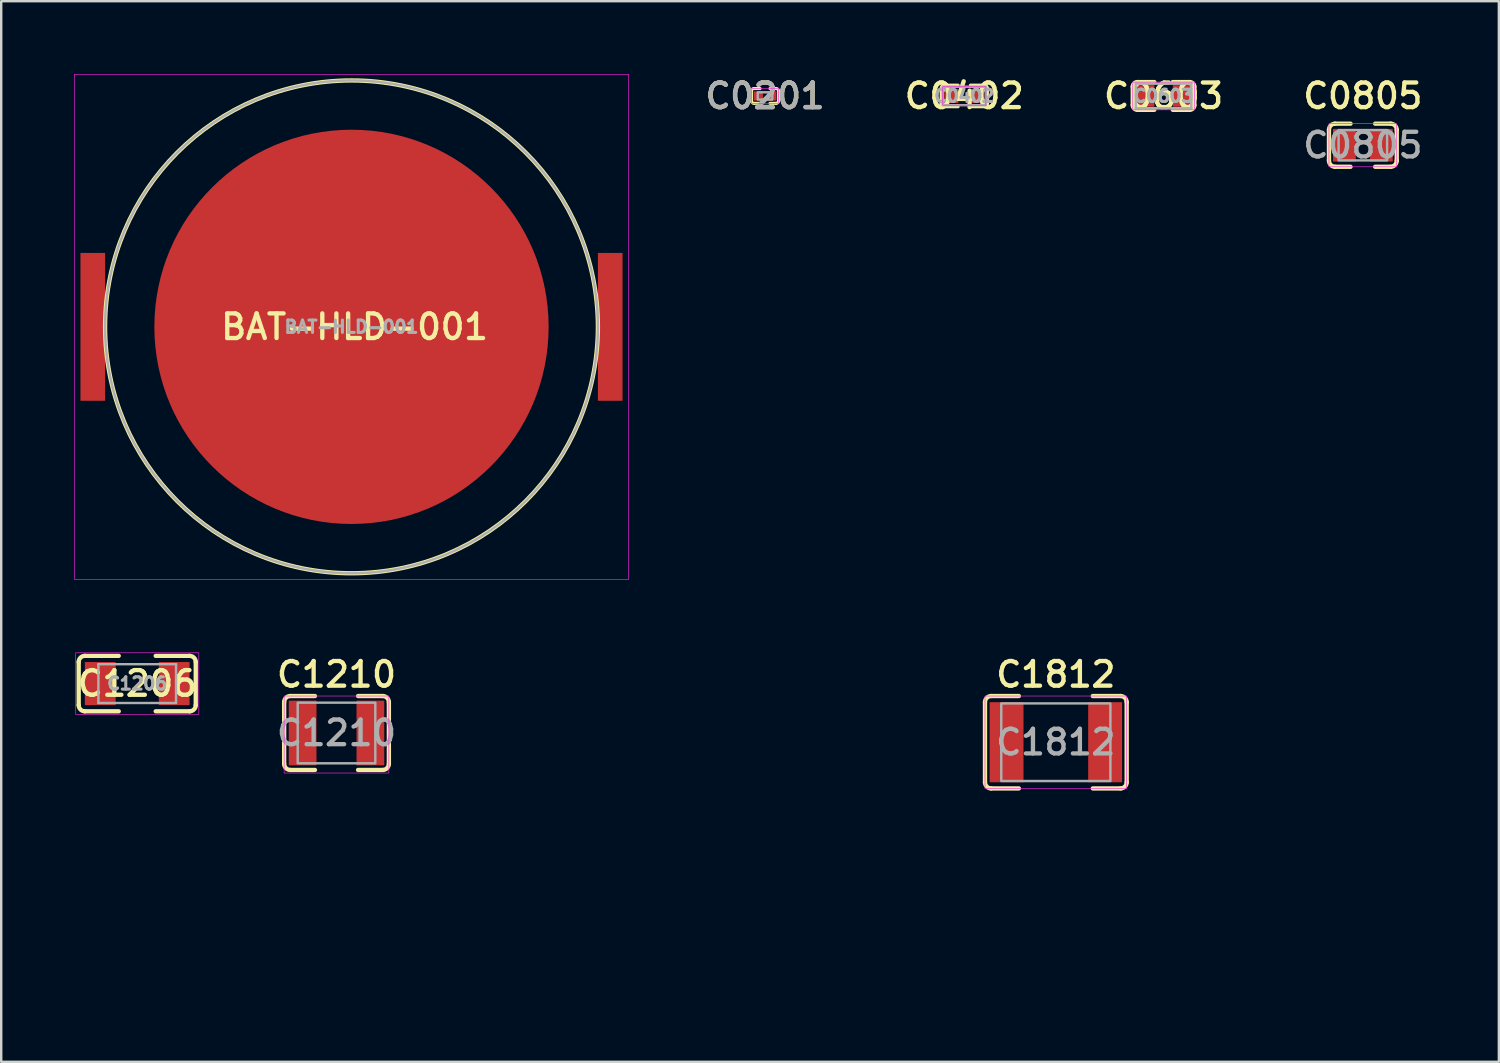
<source format=kicad_pcb>
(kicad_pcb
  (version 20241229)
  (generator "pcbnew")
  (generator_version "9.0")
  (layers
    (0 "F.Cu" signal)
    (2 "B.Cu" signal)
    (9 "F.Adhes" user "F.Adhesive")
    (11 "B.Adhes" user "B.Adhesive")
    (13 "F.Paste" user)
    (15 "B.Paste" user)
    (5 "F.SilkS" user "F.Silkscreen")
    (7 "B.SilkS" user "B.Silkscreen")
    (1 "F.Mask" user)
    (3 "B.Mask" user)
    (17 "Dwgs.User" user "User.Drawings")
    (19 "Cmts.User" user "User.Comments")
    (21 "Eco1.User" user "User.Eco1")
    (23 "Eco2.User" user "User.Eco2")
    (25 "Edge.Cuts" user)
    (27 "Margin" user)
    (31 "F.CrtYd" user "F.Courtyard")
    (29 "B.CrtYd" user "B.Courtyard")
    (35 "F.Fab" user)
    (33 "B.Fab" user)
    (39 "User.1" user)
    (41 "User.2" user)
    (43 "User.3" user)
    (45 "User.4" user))
  (footprint "C0201"
    (layer "F.Cu")
    (at 28.494 0.906)
    (property "Reference" "C0201" (at 0 0 0) (layer "F.SilkS") (effects (font (size 1.016 1.016) (thickness 0.178))))
    (attr smd)
    (fp_line (start -0.559 -0.203) (end -0.559 0.203) (stroke (width 0.127) (type solid)) (layer "F.SilkS"))
    (fp_line (start -0.457 0.305) (end -0.203 0.305) (stroke (width 0.127) (type solid)) (layer "F.SilkS"))
    (fp_line (start -0.203 -0.305) (end -0.457 -0.305) (stroke (width 0.127) (type solid)) (layer "F.SilkS"))
    (fp_line (start 0.457 -0.305) (end 0.203 -0.305) (stroke (width 0.127) (type solid)) (layer "F.SilkS"))
    (fp_line (start 0.457 0.305) (end 0.203 0.305) (stroke (width 0.127) (type solid)) (layer "F.SilkS"))
    (fp_line (start 0.559 -0.203) (end 0.559 0.203) (stroke (width 0.127) (type solid)) (layer "F.SilkS"))
    (fp_arc (start -0.5588 -0.2032) (mid -0.529042 -0.275042) (end -0.4572 -0.3048) (stroke (width 0.127) (type solid)) (layer "F.SilkS"))
    (fp_arc (start -0.4572 0.3048) (mid -0.529042 0.275042) (end -0.5588 0.2032) (stroke (width 0.127) (type solid)) (layer "F.SilkS"))
    (fp_arc (start 0.4572 -0.3048) (mid 0.529042 -0.275042) (end 0.5588 -0.2032) (stroke (width 0.127) (type solid)) (layer "F.SilkS"))
    (fp_arc (start 0.5588 0.2032) (mid 0.529042 0.275042) (end 0.4572 0.3048) (stroke (width 0.127) (type solid)) (layer "F.SilkS"))
    (fp_rect (start -0.559 -0.305) (end 0.559 0.305) (stroke (width 0.025) (type solid)) (fill no) (layer "F.CrtYd"))
    (fp_rect (start -0.3 -0.15) (end 0.3 0.15) (stroke (width 0.1) (type solid)) (fill no) (layer "F.Fab"))
    (fp_text user "${REFERENCE}" (at 0 0 0) (layer "F.Fab") (effects (font (size 1.016 1.016) (thickness 0.178))))
    (pad "1" smd rect (at -0.279 0) (size 0.381 0.381) (layers "F.Cu" "F.Mask" "F.Paste"))
    (pad "2" smd rect (at 0.279 0) (size 0.381 0.381) (layers "F.Cu" "F.Mask" "F.Paste")))
  (footprint "C1812"
    (layer "F.Cu")
    (at 40.485 27.554)
    (property "Reference" "C1812" (at 0 -2.794 0) (unlocked yes) (layer "F.SilkS") (effects (font (size 1.016 1.016) (thickness 0.178))))
    (attr smd)
    (fp_line (start -2.921 1.651) (end -2.921 -1.651) (stroke (width 0.178) (type solid)) (layer "F.SilkS"))
    (fp_line (start -2.667 -1.905) (end -1.524 -1.905) (stroke (width 0.178) (type solid)) (layer "F.SilkS"))
    (fp_line (start -2.667 1.905) (end -1.524 1.905) (stroke (width 0.178) (type solid)) (layer "F.SilkS"))
    (fp_line (start 1.524 -1.905) (end 2.667 -1.905) (stroke (width 0.178) (type solid)) (layer "F.SilkS"))
    (fp_line (start 1.524 1.905) (end 2.667 1.905) (stroke (width 0.178) (type solid)) (layer "F.SilkS"))
    (fp_line (start 2.921 1.651) (end 2.921 -1.651) (stroke (width 0.178) (type solid)) (layer "F.SilkS"))
    (fp_arc (start -2.920999 -1.651001) (mid -2.846603 -1.830606) (end -2.666997 -1.904999) (stroke (width 0.1778) (type solid)) (layer "F.SilkS"))
    (fp_arc (start -2.666999 1.904997) (mid -2.846603 1.830603) (end -2.920997 1.650999) (stroke (width 0.1778) (type solid)) (layer "F.SilkS"))
    (fp_arc (start 2.666999 -1.904997) (mid 2.846603 -1.830603) (end 2.920997 -1.650999) (stroke (width 0.1778) (type solid)) (layer "F.SilkS"))
    (fp_arc (start 2.920997 1.650999) (mid 2.846603 1.830603) (end 2.666999 1.904997) (stroke (width 0.1778) (type solid)) (layer "F.SilkS"))
    (fp_rect (start -2.921 -1.905) (end 2.921 1.905) (stroke (width 0.025) (type solid)) (fill no) (layer "F.CrtYd"))
    (fp_rect (start -2.25 -1.6) (end 2.25 1.6) (stroke (width 0.1) (type solid)) (fill no) (layer "F.Fab"))
    (fp_text user "${REFERENCE}" (at 0 0 0) (unlocked yes) (layer "F.Fab") (effects (font (size 1.016 1.016) (thickness 0.178))))
    (pad "1" smd rect (at -2.032 0) (size 1.397 3.302) (layers "F.Cu" "F.Mask" "F.Paste"))
    (pad "2" smd rect (at 2.032 0) (size 1.397 3.302) (layers "F.Cu" "F.Mask" "F.Paste")))
  (footprint "C0402"
    (layer "F.Cu")
    (at 36.71 0.906)
    (property "Reference" "C0402" (at 0 0 0) (layer "F.SilkS") (effects (font (size 1.016 1.016) (thickness 0.178))))
    (attr smd)
    (fp_line (start -0.953 0.318) (end -0.953 -0.318) (stroke (width 0.127) (type solid)) (layer "F.SilkS"))
    (fp_line (start -0.826 0.445) (end -0.254 0.445) (stroke (width 0.127) (type solid)) (layer "F.SilkS"))
    (fp_line (start -0.254 -0.445) (end -0.826 -0.445) (stroke (width 0.127) (type solid)) (layer "F.SilkS"))
    (fp_line (start 0.254 -0.445) (end 0.826 -0.445) (stroke (width 0.127) (type solid)) (layer "F.SilkS"))
    (fp_line (start 0.254 0.445) (end 0.826 0.445) (stroke (width 0.127) (type solid)) (layer "F.SilkS"))
    (fp_line (start 0.953 -0.318) (end 0.953 0.318) (stroke (width 0.127) (type solid)) (layer "F.SilkS"))
    (fp_arc (start -0.9525 -0.3175) (mid -0.915303 -0.407303) (end -0.8255 -0.4445) (stroke (width 0.127) (type solid)) (layer "F.SilkS"))
    (fp_arc (start -0.8255 0.4445) (mid -0.915303 0.407303) (end -0.9525 0.3175) (stroke (width 0.127) (type solid)) (layer "F.SilkS"))
    (fp_arc (start 0.8255 -0.4445) (mid 0.915303 -0.407303) (end 0.9525 -0.3175) (stroke (width 0.127) (type solid)) (layer "F.SilkS"))
    (fp_arc (start 0.9525 0.3175) (mid 0.915303 0.407303) (end 0.8255 0.4445) (stroke (width 0.127) (type solid)) (layer "F.SilkS"))
    (fp_rect (start -0.889 -0.381) (end 0.889 0.381) (stroke (width 0.025) (type solid)) (fill no) (layer "F.CrtYd"))
    (fp_rect (start -0.889 -0.381) (end 0.889 0.381) (stroke (width 0.1) (type solid)) (fill no) (layer "F.Fab"))
    (fp_text user "${REFERENCE}" (at 0 0 0) (layer "F.Fab") (effects (font (size 0.508 0.508) (thickness 0.127))))
    (pad "1" smd rect (at -0.533 0) (size 0.584 0.584) (layers "F.Cu" "F.Mask" "F.Paste"))
    (pad "2" smd rect (at 0.533 0) (size 0.584 0.584) (layers "F.Cu" "F.Mask" "F.Paste")))
  (footprint "BAT-HLD-001"
    (layer "F.Cu")
    (at 11.443 10.427)
    (property "Reference" "BAT-HLD-001" (at 0.127 0 0) (layer "F.SilkS") (effects (font (size 1.016 1.016) (thickness 0.178))))
    (attr smd)
    (fp_circle (center 0 0) (end 10.16 0) (stroke (width 0.178) (type solid)) (fill no) (layer "F.SilkS"))
    (fp_rect (start -11.43 -10.414) (end 11.43 10.414) (stroke (width 0.025) (type solid)) (fill no) (layer "F.CrtYd"))
    (fp_circle (center 0 0) (end 10.16 0) (stroke (width 0.1) (type solid)) (fill no) (layer "F.Fab"))
    (fp_text user "${REFERENCE}" (at 0 0 0) (layer "F.Fab") (effects (font (size 0.508 0.508) (thickness 0.127))))
    (pad "1" smd rect (at -10.668 0) (size 1.016 6.096) (layers "F.Cu" "F.Mask" "F.Paste"))
    (pad "1" smd rect (at 10.668 0) (size 1.016 6.096) (layers "F.Cu" "F.Mask" "F.Paste"))
    (pad "2" smd circle (at 0 0) (size 16.256 16.256) (layers "F.Cu" "F.Mask" "F.Paste")))
  (footprint "C1206"
    (layer "F.Cu")
    (at 2.608 25.136)
    (property "Reference" "C1206" (at 0 0 0) (layer "F.SilkS") (effects (font (size 1.016 1.016) (thickness 0.178))))
    (attr smd)
    (fp_line (start -2.413 -0.889) (end -2.413 0.889) (stroke (width 0.178) (type solid)) (layer "F.SilkS"))
    (fp_line (start -0.762 -1.143) (end -2.159 -1.143) (stroke (width 0.178) (type solid)) (layer "F.SilkS"))
    (fp_line (start -0.762 1.143) (end -2.159 1.143) (stroke (width 0.178) (type solid)) (layer "F.SilkS"))
    (fp_line (start 2.159 -1.143) (end 0.762 -1.143) (stroke (width 0.178) (type solid)) (layer "F.SilkS"))
    (fp_line (start 2.159 1.143) (end 0.762 1.143) (stroke (width 0.178) (type solid)) (layer "F.SilkS"))
    (fp_line (start 2.413 -0.889) (end 2.413 0.889) (stroke (width 0.178) (type solid)) (layer "F.SilkS"))
    (fp_arc (start -2.413002 -0.889002) (mid -2.338606 -1.068607) (end -2.159 -1.143) (stroke (width 0.1778) (type solid)) (layer "F.SilkS"))
    (fp_arc (start -2.159 1.143) (mid -2.338604 1.068606) (end -2.412998 0.889002) (stroke (width 0.1778) (type solid)) (layer "F.SilkS"))
    (fp_arc (start 2.159 -1.143) (mid 2.338604 -1.068606) (end 2.412998 -0.889002) (stroke (width 0.1778) (type solid)) (layer "F.SilkS"))
    (fp_arc (start 2.413002 0.889002) (mid 2.338606 1.068607) (end 2.159 1.143) (stroke (width 0.1778) (type solid)) (layer "F.SilkS"))
    (fp_rect (start -2.54 -1.27) (end 2.54 1.27) (stroke (width 0.025) (type solid)) (fill no) (layer "F.CrtYd"))
    (fp_line (start -1.6 -0.8) (end 1.6 -0.8) (stroke (width 0.1) (type solid)) (layer "F.Fab"))
    (fp_line (start -1.6 0.8) (end -1.6 -0.8) (stroke (width 0.1) (type solid)) (layer "F.Fab"))
    (fp_line (start 1.6 -0.8) (end 1.6 0.8) (stroke (width 0.1) (type solid)) (layer "F.Fab"))
    (fp_line (start 1.6 0.8) (end -1.6 0.8) (stroke (width 0.1) (type solid)) (layer "F.Fab"))
    (fp_text user "${REFERENCE}" (at 0 0 0) (layer "F.Fab") (effects (font (size 0.508 0.508) (thickness 0.127))))
    (pad "1" smd rect (at -1.524 0) (size 1.27 1.778) (layers "F.Cu" "F.Mask" "F.Paste"))
    (pad "2" smd rect (at 1.524 0) (size 1.27 1.778) (layers "F.Cu" "F.Mask" "F.Paste")))
  (footprint "C0603"
    (layer "F.Cu")
    (at 44.927 0.906)
    (property "Reference" "C0603" (at 0 0 0) (layer "F.SilkS") (effects (font (size 1.016 1.016) (thickness 0.178))))
    (attr smd)
    (fp_line (start -1.27 -0.381) (end -1.27 0.381) (stroke (width 0.178) (type solid)) (layer "F.SilkS"))
    (fp_line (start -1.079 0.572) (end -0.381 0.572) (stroke (width 0.178) (type solid)) (layer "F.SilkS"))
    (fp_line (start -0.381 -0.572) (end -1.079 -0.572) (stroke (width 0.178) (type solid)) (layer "F.SilkS"))
    (fp_line (start 0.381 0.572) (end 1.079 0.572) (stroke (width 0.178) (type solid)) (layer "F.SilkS"))
    (fp_line (start 1.079 -0.572) (end 0.381 -0.572) (stroke (width 0.178) (type solid)) (layer "F.SilkS"))
    (fp_line (start 1.27 0.381) (end 1.27 -0.381) (stroke (width 0.178) (type solid)) (layer "F.SilkS"))
    (fp_arc (start -1.27 -0.381) (mid -1.214204 -0.515704) (end -1.0795 -0.5715) (stroke (width 0.1778) (type solid)) (layer "F.SilkS"))
    (fp_arc (start -1.0795 0.5715) (mid -1.214204 0.515704) (end -1.27 0.381) (stroke (width 0.1778) (type solid)) (layer "F.SilkS"))
    (fp_arc (start 1.0795 -0.5715) (mid 1.214204 -0.515704) (end 1.27 -0.381) (stroke (width 0.1778) (type solid)) (layer "F.SilkS"))
    (fp_arc (start 1.27 0.381) (mid 1.214204 0.515704) (end 1.0795 0.5715) (stroke (width 0.1778) (type solid)) (layer "F.SilkS"))
    (fp_rect (start -1.27 -0.572) (end 1.27 0.572) (stroke (width 0.025) (type solid)) (fill no) (layer "F.CrtYd"))
    (fp_line (start -1.143 -0.508) (end 1.143 -0.508) (stroke (width 0.102) (type solid)) (layer "F.Fab"))
    (fp_line (start -1.143 0.508) (end -1.143 -0.508) (stroke (width 0.102) (type solid)) (layer "F.Fab"))
    (fp_line (start 1.143 0.508) (end -1.143 0.508) (stroke (width 0.102) (type solid)) (layer "F.Fab"))
    (fp_line (start 1.143 0.508) (end 1.143 -0.508) (stroke (width 0.102) (type solid)) (layer "F.Fab"))
    (fp_text user "${REFERENCE}" (at 0 0 0) (layer "F.Fab") (effects (font (size 0.508 0.508) (thickness 0.127))))
    (pad "1" smd rect (at -0.762 0) (size 0.762 0.889) (layers "F.Cu" "F.Mask" "F.Paste"))
    (pad "2" smd rect (at 0.762 0) (size 0.762 0.889) (layers "F.Cu" "F.Mask" "F.Paste")))
  (footprint "C0805"
    (layer "F.Cu")
    (at 53.144 2.938)
    (property "Reference" "C0805" (at 0 -2.032 0) (layer "F.SilkS") (effects (font (size 1.016 1.016) (thickness 0.178))))
    (attr smd)
    (fp_line (start -1.397 -0.635) (end -1.397 0.635) (stroke (width 0.178) (type solid)) (layer "F.SilkS"))
    (fp_line (start -1.143 -0.889) (end -0.508 -0.889) (stroke (width 0.178) (type solid)) (layer "F.SilkS"))
    (fp_line (start -1.143 0.889) (end -0.508 0.889) (stroke (width 0.178) (type solid)) (layer "F.SilkS"))
    (fp_line (start 0.508 -0.889) (end 1.143 -0.889) (stroke (width 0.178) (type solid)) (layer "F.SilkS"))
    (fp_line (start 0.508 0.889) (end 1.143 0.889) (stroke (width 0.178) (type solid)) (layer "F.SilkS"))
    (fp_line (start 1.397 -0.635) (end 1.397 0.635) (stroke (width 0.178) (type solid)) (layer "F.SilkS"))
    (fp_arc (start -1.396999 -0.635001) (mid -1.322603 -0.814606) (end -1.142997 -0.888999) (stroke (width 0.1778) (type solid)) (layer "F.SilkS"))
    (fp_arc (start -1.143001 0.889002) (mid -1.322606 0.814606) (end -1.396999 0.635) (stroke (width 0.1778) (type solid)) (layer "F.SilkS"))
    (fp_arc (start 1.143001 -0.889002) (mid 1.322606 -0.814606) (end 1.396999 -0.635) (stroke (width 0.1778) (type solid)) (layer "F.SilkS"))
    (fp_arc (start 1.396999 0.635001) (mid 1.322603 0.814606) (end 1.142997 0.888999) (stroke (width 0.1778) (type solid)) (layer "F.SilkS"))
    (fp_rect (start -1.397 -0.889) (end 1.397 0.889) (stroke (width 0.025) (type solid)) (fill no) (layer "F.CrtYd"))
    (fp_rect (start -1 -0.625) (end 1 0.625) (stroke (width 0.1) (type solid)) (fill no) (layer "F.Fab"))
    (fp_text user "${REFERENCE}" (at 0 0 0) (layer "F.Fab") (effects (font (size 1.016 1.016) (thickness 0.178))))
    (pad "1" smd rect (at -0.762 0) (size 0.94 1.346) (layers "F.Cu" "F.Mask" "F.Paste"))
    (pad "2" smd rect (at 0.762 0) (size 0.94 1.346) (layers "F.Cu" "F.Mask" "F.Paste")))
  (footprint "C1210"
    (layer "F.Cu")
    (at 10.825 27.173)
    (property "Reference" "C1210" (at 0 -2.413 0) (layer "F.SilkS") (effects (font (size 1.016 1.016) (thickness 0.178))))
    (attr smd)
    (fp_line (start -2.159 1.27) (end -2.159 -1.27) (stroke (width 0.178) (type solid)) (layer "F.SilkS"))
    (fp_line (start -1.905 -1.524) (end -0.889 -1.524) (stroke (width 0.178) (type solid)) (layer "F.SilkS"))
    (fp_line (start -1.905 1.524) (end -0.889 1.524) (stroke (width 0.178) (type solid)) (layer "F.SilkS"))
    (fp_line (start 0.889 -1.524) (end 1.905 -1.524) (stroke (width 0.178) (type solid)) (layer "F.SilkS"))
    (fp_line (start 0.889 1.524) (end 1.905 1.524) (stroke (width 0.178) (type solid)) (layer "F.SilkS"))
    (fp_line (start 2.159 1.27) (end 2.159 -1.27) (stroke (width 0.178) (type solid)) (layer "F.SilkS"))
    (fp_arc (start -2.158999 -1.270001) (mid -2.084603 -1.449606) (end -1.904997 -1.523999) (stroke (width 0.1778) (type solid)) (layer "F.SilkS"))
    (fp_arc (start -1.904999 1.523997) (mid -2.084603 1.449603) (end -2.158997 1.269999) (stroke (width 0.1778) (type solid)) (layer "F.SilkS"))
    (fp_arc (start 1.904999 -1.523997) (mid 2.084603 -1.449603) (end 2.158997 -1.269999) (stroke (width 0.1778) (type solid)) (layer "F.SilkS"))
    (fp_arc (start 2.158997 1.269999) (mid 2.084603 1.449603) (end 1.904999 1.523997) (stroke (width 0.1778) (type solid)) (layer "F.SilkS"))
    (fp_rect (start -2.159 -1.524) (end 2.159 1.651) (stroke (width 0.025) (type solid)) (fill no) (layer "F.CrtYd"))
    (fp_rect (start -1.6 -1.25) (end 1.6 1.25) (stroke (width 0.1) (type solid)) (fill no) (layer "F.Fab"))
    (fp_text user "${REFERENCE}" (at 0 0 0) (layer "F.Fab") (effects (font (size 1.016 1.016) (thickness 0.178))))
    (fp_text user "Footprint: 1210 (3225 Metric)" (at 0 5.588 0) (unlocked yes) (layer "User.1") (effects (font (size 1.016 1.016) (thickness 0.178) (italic yes)) (justify left)))
    (fp_text user "Dimension: 3.2x2.5mm" (at 0 7.62 0) (unlocked yes) (layer "User.1") (effects (font (size 1.016 1.016) (thickness 0.178) (italic yes)) (justify left)))
    (fp_text user "Auth: Thanh Duong" (at 0 9.652 0) (unlocked yes) (layer "User.1") (effects (font (size 1.016 1.016) (thickness 0.178) (italic yes)) (justify left)))
    (pad "1" smd rect (at -1.397 0) (size 1.143 2.667) (layers "F.Cu" "F.Mask" "F.Paste"))
    (pad "2" smd rect (at 1.397 0) (size 1.143 2.667) (layers "F.Cu" "F.Mask" "F.Paste")))
  (gr_rect
    (start -3 -3)
    (end 58.752 40.731)
    (stroke (width 0.1) (type default))
    (fill no)
    (layer "Edge.Cuts")))
</source>
